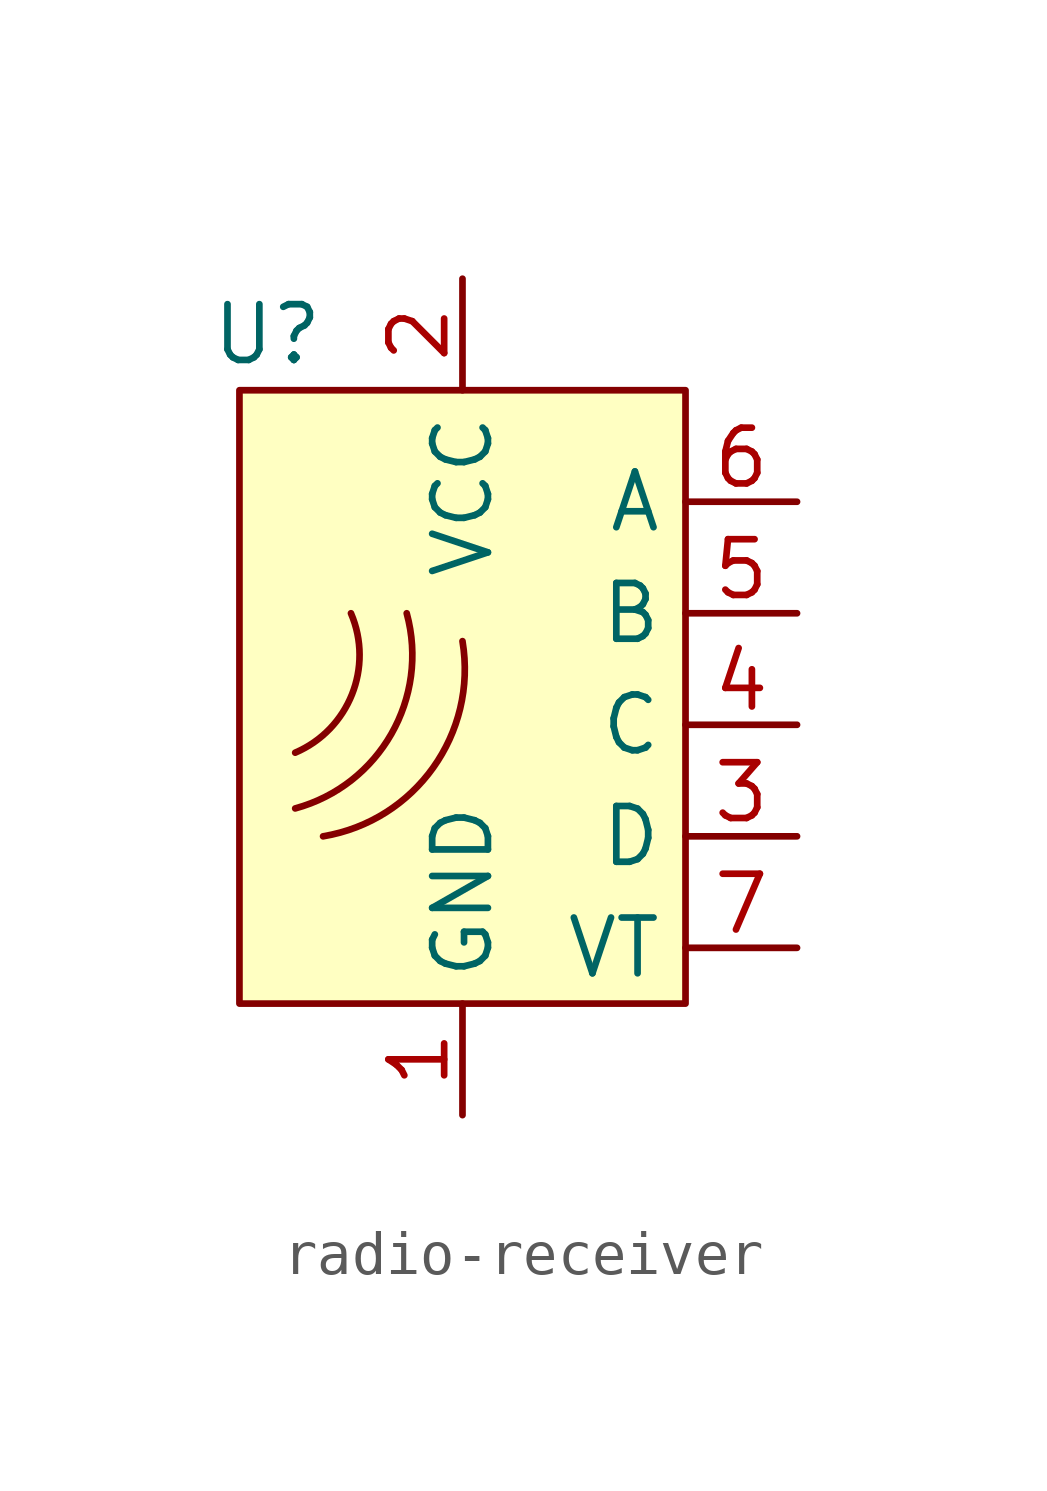
<source format=kicad_sym>
(kicad_symbol_lib
  (version 20211014)
  (generator kicad_symbol_editor)
  (symbol "radio-receiver"
    (property "Reference" "U"
      (at -3.81 8.89 0)
      (effects (font (size 1.27 1.27))))
    (symbol "radio-receiver_0_1"
      (rectangle (start -4.445 7.62) (end 5.715 -6.35) (stroke (width 0) (type default) (color 0 0 0 0)) (fill (type background)))
      (arc (start -3.175 -1.905) (mid -0.9845 -0.2085) (end -0.635 2.54) (stroke (width 0) (type default) (color 0 0 0 0)) (fill (type none)))
      (arc (start -3.175 -0.635) (mid -1.8824 0.6895) (end -1.905 2.54) (stroke (width 0) (type default) (color 0 0 0 0)) (fill (type none)))
      (arc (start -2.54 -2.54) (mid -0.032 -0.975) (end 0.635 1.905) (stroke (width 0) (type default) (color 0 0 0 0)) (fill (type none))))
    (symbol "radio-receiver_1_1"
      (pin power_in line (at 0.635 -8.89 90) (length 2.54) (name "GND" (effects (font (size 1.27 1.27)))) (number "1" (effects (font (size 1.27 1.27)))))
      (pin power_in line (at 0.635 10.16 270) (length 2.54) (name "VCC" (effects (font (size 1.27 1.27)))) (number "2" (effects (font (size 1.27 1.27)))))
      (pin output line (at 8.255 -2.54 180) (length 2.54) (name "D" (effects (font (size 1.27 1.27)))) (number "3" (effects (font (size 1.27 1.27)))))
      (pin output line (at 8.255 0 180) (length 2.54) (name "C" (effects (font (size 1.27 1.27)))) (number "4" (effects (font (size 1.27 1.27)))))
      (pin output line (at 8.255 2.54 180) (length 2.54) (name "B" (effects (font (size 1.27 1.27)))) (number "5" (effects (font (size 1.27 1.27)))))
      (pin output line (at 8.255 5.08 180) (length 2.54) (name "A" (effects (font (size 1.27 1.27)))) (number "6" (effects (font (size 1.27 1.27)))))
      (pin output line (at 8.255 -5.08 180) (length 2.54) (name "VT" (effects (font (size 1.27 1.27)))) (number "7" (effects (font (size 1.27 1.27))))))))
</source>
